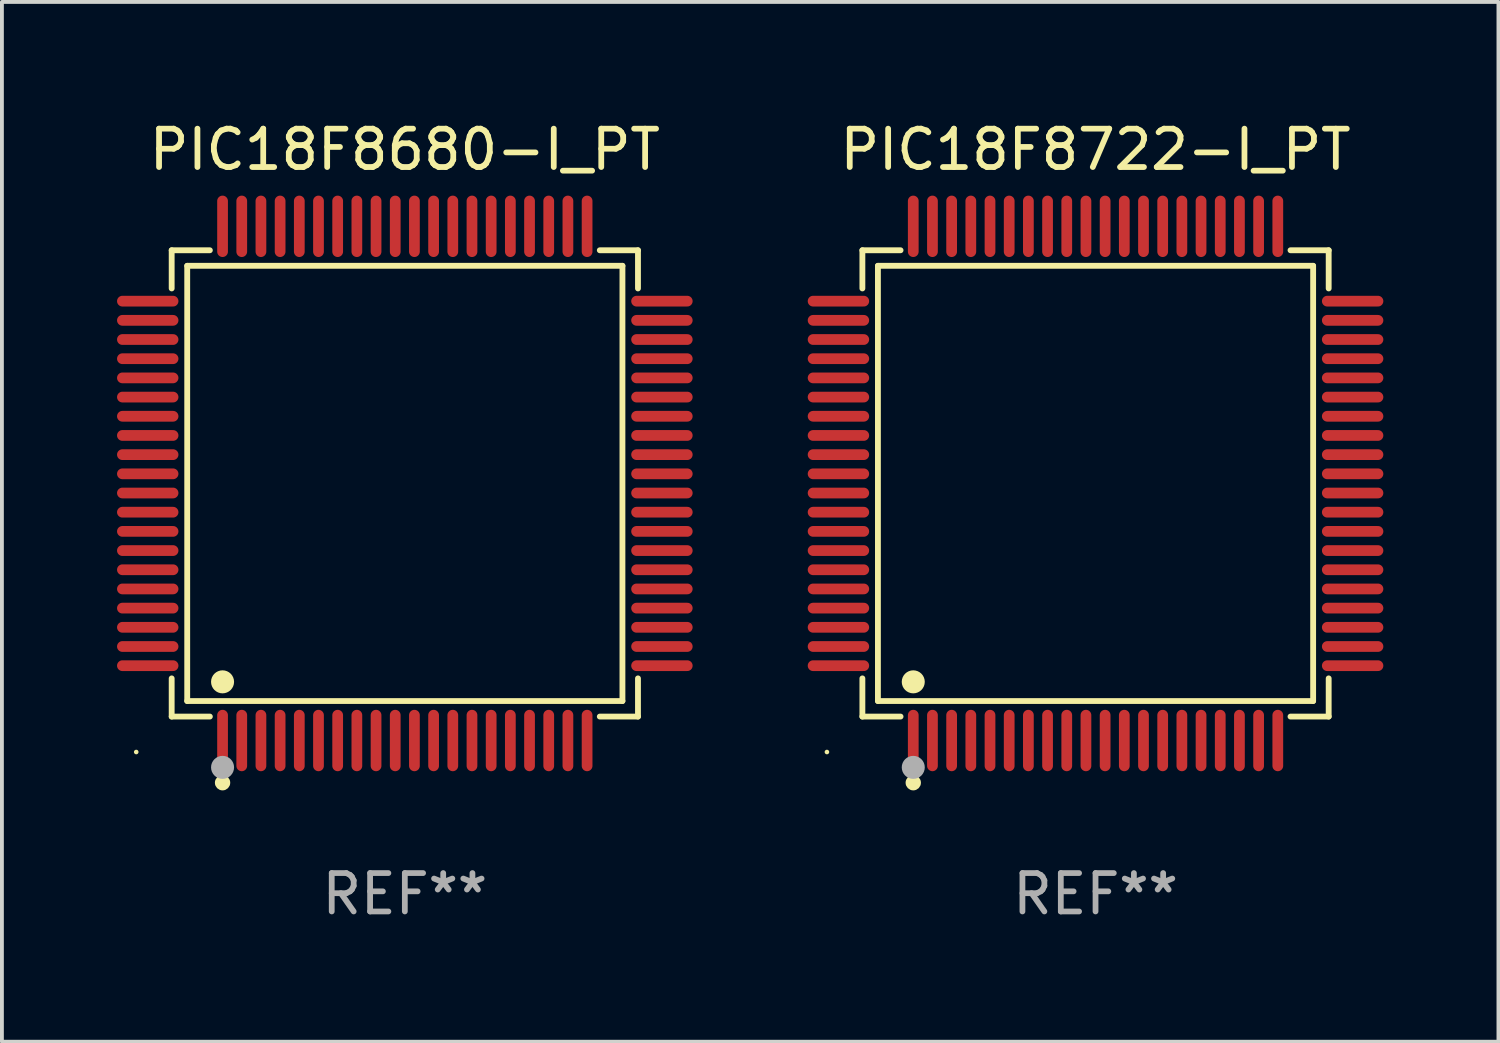
<source format=kicad_pcb>
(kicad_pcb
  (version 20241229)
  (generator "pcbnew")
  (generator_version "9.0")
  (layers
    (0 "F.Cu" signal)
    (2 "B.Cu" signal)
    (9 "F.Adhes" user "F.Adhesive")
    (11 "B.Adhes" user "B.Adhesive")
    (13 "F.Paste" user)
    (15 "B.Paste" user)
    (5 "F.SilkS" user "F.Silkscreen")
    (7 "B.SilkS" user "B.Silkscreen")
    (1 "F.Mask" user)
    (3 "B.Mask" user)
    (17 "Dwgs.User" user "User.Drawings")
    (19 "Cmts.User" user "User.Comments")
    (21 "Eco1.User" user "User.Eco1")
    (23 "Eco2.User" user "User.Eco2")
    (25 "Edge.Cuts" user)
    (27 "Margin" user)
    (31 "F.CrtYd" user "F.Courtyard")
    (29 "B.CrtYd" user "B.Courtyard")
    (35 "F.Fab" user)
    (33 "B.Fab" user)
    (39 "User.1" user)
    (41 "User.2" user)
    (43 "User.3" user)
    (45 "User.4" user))
  (footprint "PIC18F8680-I_PT"
    (layer "F.Cu")
    (at 7.5 9.548)
    (property "Reference" "PIC18F8680-I_PT" (at 0 -8.7 0) (layer "F.SilkS") (effects (font (size 1 1) (thickness 0.15))))
    (attr through_hole)
    (fp_line (start -6.076 -6.076) (end -5.081 -6.076) (stroke (width 0.152) (type solid)) (layer "F.SilkS"))
    (fp_line (start -6.076 -5.081) (end -6.076 -6.076) (stroke (width 0.152) (type solid)) (layer "F.SilkS"))
    (fp_line (start -6.076 5.081) (end -6.076 6.076) (stroke (width 0.152) (type solid)) (layer "F.SilkS"))
    (fp_line (start -6.076 6.076) (end -5.081 6.076) (stroke (width 0.152) (type solid)) (layer "F.SilkS"))
    (fp_line (start -5.671 -5.671) (end 5.671 -5.671) (stroke (width 0.152) (type solid)) (layer "F.SilkS"))
    (fp_line (start -5.671 5.671) (end -5.671 -5.671) (stroke (width 0.152) (type solid)) (layer "F.SilkS"))
    (fp_line (start 5.671 -5.671) (end 5.671 5.671) (stroke (width 0.152) (type solid)) (layer "F.SilkS"))
    (fp_line (start 5.671 5.671) (end -5.671 5.671) (stroke (width 0.152) (type solid)) (layer "F.SilkS"))
    (fp_line (start 6.076 -6.076) (end 5.081 -6.076) (stroke (width 0.152) (type solid)) (layer "F.SilkS"))
    (fp_line (start 6.076 -5.081) (end 6.076 -6.076) (stroke (width 0.152) (type solid)) (layer "F.SilkS"))
    (fp_line (start 6.076 5.081) (end 6.076 6.076) (stroke (width 0.152) (type solid)) (layer "F.SilkS"))
    (fp_line (start 6.076 6.076) (end 5.081 6.076) (stroke (width 0.152) (type solid)) (layer "F.SilkS"))
    (fp_circle (center -7 7) (end -6.97 7) (stroke (width 0.06) (type solid)) (fill no) (layer "F.SilkS"))
    (fp_circle (center -4.75 5.171) (end -4.6 5.171) (stroke (width 0.3) (type solid)) (fill no) (layer "F.SilkS"))
    (fp_circle (center -4.75 7.8) (end -4.65 7.8) (stroke (width 0.2) (type solid)) (fill no) (layer "F.SilkS"))
    (fp_circle (center -4.75 7.4) (end -4.6 7.4) (stroke (width 0.3) (type solid)) (fill no) (layer "F.Fab"))
    (fp_text user "REF**" (at 0 10.7 0) (layer "F.Fab") (effects (font (size 1 1) (thickness 0.15))))
    (pad "1" smd oval (at -4.75 6.7) (size 0.28 1.6) (layers "F.Cu" "F.Mask" "F.Paste"))
    (pad "2" smd oval (at -4.25 6.7) (size 0.28 1.6) (layers "F.Cu" "F.Mask" "F.Paste"))
    (pad "3" smd oval (at -3.75 6.7) (size 0.28 1.6) (layers "F.Cu" "F.Mask" "F.Paste"))
    (pad "4" smd oval (at -3.25 6.7) (size 0.28 1.6) (layers "F.Cu" "F.Mask" "F.Paste"))
    (pad "5" smd oval (at -2.75 6.7) (size 0.28 1.6) (layers "F.Cu" "F.Mask" "F.Paste"))
    (pad "6" smd oval (at -2.25 6.7) (size 0.28 1.6) (layers "F.Cu" "F.Mask" "F.Paste"))
    (pad "7" smd oval (at -1.75 6.7) (size 0.28 1.6) (layers "F.Cu" "F.Mask" "F.Paste"))
    (pad "8" smd oval (at -1.25 6.7) (size 0.28 1.6) (layers "F.Cu" "F.Mask" "F.Paste"))
    (pad "9" smd oval (at -0.75 6.7) (size 0.28 1.6) (layers "F.Cu" "F.Mask" "F.Paste"))
    (pad "10" smd oval (at -0.25 6.7) (size 0.28 1.6) (layers "F.Cu" "F.Mask" "F.Paste"))
    (pad "11" smd oval (at 0.25 6.7) (size 0.28 1.6) (layers "F.Cu" "F.Mask" "F.Paste"))
    (pad "12" smd oval (at 0.75 6.7) (size 0.28 1.6) (layers "F.Cu" "F.Mask" "F.Paste"))
    (pad "13" smd oval (at 1.25 6.7) (size 0.28 1.6) (layers "F.Cu" "F.Mask" "F.Paste"))
    (pad "14" smd oval (at 1.75 6.7) (size 0.28 1.6) (layers "F.Cu" "F.Mask" "F.Paste"))
    (pad "15" smd oval (at 2.25 6.7) (size 0.28 1.6) (layers "F.Cu" "F.Mask" "F.Paste"))
    (pad "16" smd oval (at 2.75 6.7) (size 0.28 1.6) (layers "F.Cu" "F.Mask" "F.Paste"))
    (pad "17" smd oval (at 3.25 6.7) (size 0.28 1.6) (layers "F.Cu" "F.Mask" "F.Paste"))
    (pad "18" smd oval (at 3.75 6.7) (size 0.28 1.6) (layers "F.Cu" "F.Mask" "F.Paste"))
    (pad "19" smd oval (at 4.25 6.7) (size 0.28 1.6) (layers "F.Cu" "F.Mask" "F.Paste"))
    (pad "20" smd oval (at 4.75 6.7) (size 0.28 1.6) (layers "F.Cu" "F.Mask" "F.Paste"))
    (pad "21" smd oval (at 6.7 4.75) (size 1.6 0.28) (layers "F.Cu" "F.Mask" "F.Paste"))
    (pad "22" smd oval (at 6.7 4.25) (size 1.6 0.28) (layers "F.Cu" "F.Mask" "F.Paste"))
    (pad "23" smd oval (at 6.7 3.75) (size 1.6 0.28) (layers "F.Cu" "F.Mask" "F.Paste"))
    (pad "24" smd oval (at 6.7 3.25) (size 1.6 0.28) (layers "F.Cu" "F.Mask" "F.Paste"))
    (pad "25" smd oval (at 6.7 2.75) (size 1.6 0.28) (layers "F.Cu" "F.Mask" "F.Paste"))
    (pad "26" smd oval (at 6.7 2.25) (size 1.6 0.28) (layers "F.Cu" "F.Mask" "F.Paste"))
    (pad "27" smd oval (at 6.7 1.75) (size 1.6 0.28) (layers "F.Cu" "F.Mask" "F.Paste"))
    (pad "28" smd oval (at 6.7 1.25) (size 1.6 0.28) (layers "F.Cu" "F.Mask" "F.Paste"))
    (pad "29" smd oval (at 6.7 0.75) (size 1.6 0.28) (layers "F.Cu" "F.Mask" "F.Paste"))
    (pad "30" smd oval (at 6.7 0.25) (size 1.6 0.28) (layers "F.Cu" "F.Mask" "F.Paste"))
    (pad "31" smd oval (at 6.7 -0.25) (size 1.6 0.28) (layers "F.Cu" "F.Mask" "F.Paste"))
    (pad "32" smd oval (at 6.7 -0.75) (size 1.6 0.28) (layers "F.Cu" "F.Mask" "F.Paste"))
    (pad "33" smd oval (at 6.7 -1.25) (size 1.6 0.28) (layers "F.Cu" "F.Mask" "F.Paste"))
    (pad "34" smd oval (at 6.7 -1.75) (size 1.6 0.28) (layers "F.Cu" "F.Mask" "F.Paste"))
    (pad "35" smd oval (at 6.7 -2.25) (size 1.6 0.28) (layers "F.Cu" "F.Mask" "F.Paste"))
    (pad "36" smd oval (at 6.7 -2.75) (size 1.6 0.28) (layers "F.Cu" "F.Mask" "F.Paste"))
    (pad "37" smd oval (at 6.7 -3.25) (size 1.6 0.28) (layers "F.Cu" "F.Mask" "F.Paste"))
    (pad "38" smd oval (at 6.7 -3.75) (size 1.6 0.28) (layers "F.Cu" "F.Mask" "F.Paste"))
    (pad "39" smd oval (at 6.7 -4.25) (size 1.6 0.28) (layers "F.Cu" "F.Mask" "F.Paste"))
    (pad "40" smd oval (at 6.7 -4.75) (size 1.6 0.28) (layers "F.Cu" "F.Mask" "F.Paste"))
    (pad "41" smd oval (at 4.75 -6.7) (size 0.28 1.6) (layers "F.Cu" "F.Mask" "F.Paste"))
    (pad "42" smd oval (at 4.25 -6.7) (size 0.28 1.6) (layers "F.Cu" "F.Mask" "F.Paste"))
    (pad "43" smd oval (at 3.75 -6.7) (size 0.28 1.6) (layers "F.Cu" "F.Mask" "F.Paste"))
    (pad "44" smd oval (at 3.25 -6.7) (size 0.28 1.6) (layers "F.Cu" "F.Mask" "F.Paste"))
    (pad "45" smd oval (at 2.75 -6.7) (size 0.28 1.6) (layers "F.Cu" "F.Mask" "F.Paste"))
    (pad "46" smd oval (at 2.25 -6.7) (size 0.28 1.6) (layers "F.Cu" "F.Mask" "F.Paste"))
    (pad "47" smd oval (at 1.75 -6.7) (size 0.28 1.6) (layers "F.Cu" "F.Mask" "F.Paste"))
    (pad "48" smd oval (at 1.25 -6.7) (size 0.28 1.6) (layers "F.Cu" "F.Mask" "F.Paste"))
    (pad "49" smd oval (at 0.75 -6.7) (size 0.28 1.6) (layers "F.Cu" "F.Mask" "F.Paste"))
    (pad "50" smd oval (at 0.25 -6.7) (size 0.28 1.6) (layers "F.Cu" "F.Mask" "F.Paste"))
    (pad "51" smd oval (at -0.25 -6.7) (size 0.28 1.6) (layers "F.Cu" "F.Mask" "F.Paste"))
    (pad "52" smd oval (at -0.75 -6.7) (size 0.28 1.6) (layers "F.Cu" "F.Mask" "F.Paste"))
    (pad "53" smd oval (at -1.25 -6.7) (size 0.28 1.6) (layers "F.Cu" "F.Mask" "F.Paste"))
    (pad "54" smd oval (at -1.75 -6.7) (size 0.28 1.6) (layers "F.Cu" "F.Mask" "F.Paste"))
    (pad "55" smd oval (at -2.25 -6.7) (size 0.28 1.6) (layers "F.Cu" "F.Mask" "F.Paste"))
    (pad "56" smd oval (at -2.75 -6.7) (size 0.28 1.6) (layers "F.Cu" "F.Mask" "F.Paste"))
    (pad "57" smd oval (at -3.25 -6.7) (size 0.28 1.6) (layers "F.Cu" "F.Mask" "F.Paste"))
    (pad "58" smd oval (at -3.75 -6.7) (size 0.28 1.6) (layers "F.Cu" "F.Mask" "F.Paste"))
    (pad "59" smd oval (at -4.25 -6.7) (size 0.28 1.6) (layers "F.Cu" "F.Mask" "F.Paste"))
    (pad "60" smd oval (at -4.75 -6.7) (size 0.28 1.6) (layers "F.Cu" "F.Mask" "F.Paste"))
    (pad "61" smd oval (at -6.7 -4.75) (size 1.6 0.28) (layers "F.Cu" "F.Mask" "F.Paste"))
    (pad "62" smd oval (at -6.7 -4.25) (size 1.6 0.28) (layers "F.Cu" "F.Mask" "F.Paste"))
    (pad "63" smd oval (at -6.7 -3.75) (size 1.6 0.28) (layers "F.Cu" "F.Mask" "F.Paste"))
    (pad "64" smd oval (at -6.7 -3.25) (size 1.6 0.28) (layers "F.Cu" "F.Mask" "F.Paste"))
    (pad "65" smd oval (at -6.7 -2.75) (size 1.6 0.28) (layers "F.Cu" "F.Mask" "F.Paste"))
    (pad "66" smd oval (at -6.7 -2.25) (size 1.6 0.28) (layers "F.Cu" "F.Mask" "F.Paste"))
    (pad "67" smd oval (at -6.7 -1.75) (size 1.6 0.28) (layers "F.Cu" "F.Mask" "F.Paste"))
    (pad "68" smd oval (at -6.7 -1.25) (size 1.6 0.28) (layers "F.Cu" "F.Mask" "F.Paste"))
    (pad "69" smd oval (at -6.7 -0.75) (size 1.6 0.28) (layers "F.Cu" "F.Mask" "F.Paste"))
    (pad "70" smd oval (at -6.7 -0.25) (size 1.6 0.28) (layers "F.Cu" "F.Mask" "F.Paste"))
    (pad "71" smd oval (at -6.7 0.25) (size 1.6 0.28) (layers "F.Cu" "F.Mask" "F.Paste"))
    (pad "72" smd oval (at -6.7 0.75) (size 1.6 0.28) (layers "F.Cu" "F.Mask" "F.Paste"))
    (pad "73" smd oval (at -6.7 1.25) (size 1.6 0.28) (layers "F.Cu" "F.Mask" "F.Paste"))
    (pad "74" smd oval (at -6.7 1.75) (size 1.6 0.28) (layers "F.Cu" "F.Mask" "F.Paste"))
    (pad "75" smd oval (at -6.7 2.25) (size 1.6 0.28) (layers "F.Cu" "F.Mask" "F.Paste"))
    (pad "76" smd oval (at -6.7 2.75) (size 1.6 0.28) (layers "F.Cu" "F.Mask" "F.Paste"))
    (pad "77" smd oval (at -6.7 3.25) (size 1.6 0.28) (layers "F.Cu" "F.Mask" "F.Paste"))
    (pad "78" smd oval (at -6.7 3.75) (size 1.6 0.28) (layers "F.Cu" "F.Mask" "F.Paste"))
    (pad "79" smd oval (at -6.7 4.25) (size 1.6 0.28) (layers "F.Cu" "F.Mask" "F.Paste"))
    (pad "80" smd oval (at -6.7 4.75) (size 1.6 0.28) (layers "F.Cu" "F.Mask" "F.Paste")))
  (footprint "PIC18F8722-I_PT"
    (layer "F.Cu")
    (at 25.5 9.548)
    (property "Reference" "PIC18F8722-I_PT" (at 0 -8.7 0) (layer "F.SilkS") (effects (font (size 1 1) (thickness 0.15))))
    (attr through_hole)
    (fp_line (start -6.076 -6.076) (end -5.081 -6.076) (stroke (width 0.152) (type solid)) (layer "F.SilkS"))
    (fp_line (start -6.076 -5.081) (end -6.076 -6.076) (stroke (width 0.152) (type solid)) (layer "F.SilkS"))
    (fp_line (start -6.076 5.081) (end -6.076 6.076) (stroke (width 0.152) (type solid)) (layer "F.SilkS"))
    (fp_line (start -6.076 6.076) (end -5.081 6.076) (stroke (width 0.152) (type solid)) (layer "F.SilkS"))
    (fp_line (start -5.671 -5.671) (end 5.671 -5.671) (stroke (width 0.152) (type solid)) (layer "F.SilkS"))
    (fp_line (start -5.671 5.671) (end -5.671 -5.671) (stroke (width 0.152) (type solid)) (layer "F.SilkS"))
    (fp_line (start 5.671 -5.671) (end 5.671 5.671) (stroke (width 0.152) (type solid)) (layer "F.SilkS"))
    (fp_line (start 5.671 5.671) (end -5.671 5.671) (stroke (width 0.152) (type solid)) (layer "F.SilkS"))
    (fp_line (start 6.076 -6.076) (end 5.081 -6.076) (stroke (width 0.152) (type solid)) (layer "F.SilkS"))
    (fp_line (start 6.076 -5.081) (end 6.076 -6.076) (stroke (width 0.152) (type solid)) (layer "F.SilkS"))
    (fp_line (start 6.076 5.081) (end 6.076 6.076) (stroke (width 0.152) (type solid)) (layer "F.SilkS"))
    (fp_line (start 6.076 6.076) (end 5.081 6.076) (stroke (width 0.152) (type solid)) (layer "F.SilkS"))
    (fp_circle (center -7 7) (end -6.97 7) (stroke (width 0.06) (type solid)) (fill no) (layer "F.SilkS"))
    (fp_circle (center -4.75 5.171) (end -4.6 5.171) (stroke (width 0.3) (type solid)) (fill no) (layer "F.SilkS"))
    (fp_circle (center -4.75 7.8) (end -4.65 7.8) (stroke (width 0.2) (type solid)) (fill no) (layer "F.SilkS"))
    (fp_circle (center -4.75 7.4) (end -4.6 7.4) (stroke (width 0.3) (type solid)) (fill no) (layer "F.Fab"))
    (fp_text user "REF**" (at 0 10.7 0) (layer "F.Fab") (effects (font (size 1 1) (thickness 0.15))))
    (pad "1" smd oval (at -4.75 6.7) (size 0.28 1.6) (layers "F.Cu" "F.Mask" "F.Paste"))
    (pad "2" smd oval (at -4.25 6.7) (size 0.28 1.6) (layers "F.Cu" "F.Mask" "F.Paste"))
    (pad "3" smd oval (at -3.75 6.7) (size 0.28 1.6) (layers "F.Cu" "F.Mask" "F.Paste"))
    (pad "4" smd oval (at -3.25 6.7) (size 0.28 1.6) (layers "F.Cu" "F.Mask" "F.Paste"))
    (pad "5" smd oval (at -2.75 6.7) (size 0.28 1.6) (layers "F.Cu" "F.Mask" "F.Paste"))
    (pad "6" smd oval (at -2.25 6.7) (size 0.28 1.6) (layers "F.Cu" "F.Mask" "F.Paste"))
    (pad "7" smd oval (at -1.75 6.7) (size 0.28 1.6) (layers "F.Cu" "F.Mask" "F.Paste"))
    (pad "8" smd oval (at -1.25 6.7) (size 0.28 1.6) (layers "F.Cu" "F.Mask" "F.Paste"))
    (pad "9" smd oval (at -0.75 6.7) (size 0.28 1.6) (layers "F.Cu" "F.Mask" "F.Paste"))
    (pad "10" smd oval (at -0.25 6.7) (size 0.28 1.6) (layers "F.Cu" "F.Mask" "F.Paste"))
    (pad "11" smd oval (at 0.25 6.7) (size 0.28 1.6) (layers "F.Cu" "F.Mask" "F.Paste"))
    (pad "12" smd oval (at 0.75 6.7) (size 0.28 1.6) (layers "F.Cu" "F.Mask" "F.Paste"))
    (pad "13" smd oval (at 1.25 6.7) (size 0.28 1.6) (layers "F.Cu" "F.Mask" "F.Paste"))
    (pad "14" smd oval (at 1.75 6.7) (size 0.28 1.6) (layers "F.Cu" "F.Mask" "F.Paste"))
    (pad "15" smd oval (at 2.25 6.7) (size 0.28 1.6) (layers "F.Cu" "F.Mask" "F.Paste"))
    (pad "16" smd oval (at 2.75 6.7) (size 0.28 1.6) (layers "F.Cu" "F.Mask" "F.Paste"))
    (pad "17" smd oval (at 3.25 6.7) (size 0.28 1.6) (layers "F.Cu" "F.Mask" "F.Paste"))
    (pad "18" smd oval (at 3.75 6.7) (size 0.28 1.6) (layers "F.Cu" "F.Mask" "F.Paste"))
    (pad "19" smd oval (at 4.25 6.7) (size 0.28 1.6) (layers "F.Cu" "F.Mask" "F.Paste"))
    (pad "20" smd oval (at 4.75 6.7) (size 0.28 1.6) (layers "F.Cu" "F.Mask" "F.Paste"))
    (pad "21" smd oval (at 6.7 4.75) (size 1.6 0.28) (layers "F.Cu" "F.Mask" "F.Paste"))
    (pad "22" smd oval (at 6.7 4.25) (size 1.6 0.28) (layers "F.Cu" "F.Mask" "F.Paste"))
    (pad "23" smd oval (at 6.7 3.75) (size 1.6 0.28) (layers "F.Cu" "F.Mask" "F.Paste"))
    (pad "24" smd oval (at 6.7 3.25) (size 1.6 0.28) (layers "F.Cu" "F.Mask" "F.Paste"))
    (pad "25" smd oval (at 6.7 2.75) (size 1.6 0.28) (layers "F.Cu" "F.Mask" "F.Paste"))
    (pad "26" smd oval (at 6.7 2.25) (size 1.6 0.28) (layers "F.Cu" "F.Mask" "F.Paste"))
    (pad "27" smd oval (at 6.7 1.75) (size 1.6 0.28) (layers "F.Cu" "F.Mask" "F.Paste"))
    (pad "28" smd oval (at 6.7 1.25) (size 1.6 0.28) (layers "F.Cu" "F.Mask" "F.Paste"))
    (pad "29" smd oval (at 6.7 0.75) (size 1.6 0.28) (layers "F.Cu" "F.Mask" "F.Paste"))
    (pad "30" smd oval (at 6.7 0.25) (size 1.6 0.28) (layers "F.Cu" "F.Mask" "F.Paste"))
    (pad "31" smd oval (at 6.7 -0.25) (size 1.6 0.28) (layers "F.Cu" "F.Mask" "F.Paste"))
    (pad "32" smd oval (at 6.7 -0.75) (size 1.6 0.28) (layers "F.Cu" "F.Mask" "F.Paste"))
    (pad "33" smd oval (at 6.7 -1.25) (size 1.6 0.28) (layers "F.Cu" "F.Mask" "F.Paste"))
    (pad "34" smd oval (at 6.7 -1.75) (size 1.6 0.28) (layers "F.Cu" "F.Mask" "F.Paste"))
    (pad "35" smd oval (at 6.7 -2.25) (size 1.6 0.28) (layers "F.Cu" "F.Mask" "F.Paste"))
    (pad "36" smd oval (at 6.7 -2.75) (size 1.6 0.28) (layers "F.Cu" "F.Mask" "F.Paste"))
    (pad "37" smd oval (at 6.7 -3.25) (size 1.6 0.28) (layers "F.Cu" "F.Mask" "F.Paste"))
    (pad "38" smd oval (at 6.7 -3.75) (size 1.6 0.28) (layers "F.Cu" "F.Mask" "F.Paste"))
    (pad "39" smd oval (at 6.7 -4.25) (size 1.6 0.28) (layers "F.Cu" "F.Mask" "F.Paste"))
    (pad "40" smd oval (at 6.7 -4.75) (size 1.6 0.28) (layers "F.Cu" "F.Mask" "F.Paste"))
    (pad "41" smd oval (at 4.75 -6.7) (size 0.28 1.6) (layers "F.Cu" "F.Mask" "F.Paste"))
    (pad "42" smd oval (at 4.25 -6.7) (size 0.28 1.6) (layers "F.Cu" "F.Mask" "F.Paste"))
    (pad "43" smd oval (at 3.75 -6.7) (size 0.28 1.6) (layers "F.Cu" "F.Mask" "F.Paste"))
    (pad "44" smd oval (at 3.25 -6.7) (size 0.28 1.6) (layers "F.Cu" "F.Mask" "F.Paste"))
    (pad "45" smd oval (at 2.75 -6.7) (size 0.28 1.6) (layers "F.Cu" "F.Mask" "F.Paste"))
    (pad "46" smd oval (at 2.25 -6.7) (size 0.28 1.6) (layers "F.Cu" "F.Mask" "F.Paste"))
    (pad "47" smd oval (at 1.75 -6.7) (size 0.28 1.6) (layers "F.Cu" "F.Mask" "F.Paste"))
    (pad "48" smd oval (at 1.25 -6.7) (size 0.28 1.6) (layers "F.Cu" "F.Mask" "F.Paste"))
    (pad "49" smd oval (at 0.75 -6.7) (size 0.28 1.6) (layers "F.Cu" "F.Mask" "F.Paste"))
    (pad "50" smd oval (at 0.25 -6.7) (size 0.28 1.6) (layers "F.Cu" "F.Mask" "F.Paste"))
    (pad "51" smd oval (at -0.25 -6.7) (size 0.28 1.6) (layers "F.Cu" "F.Mask" "F.Paste"))
    (pad "52" smd oval (at -0.75 -6.7) (size 0.28 1.6) (layers "F.Cu" "F.Mask" "F.Paste"))
    (pad "53" smd oval (at -1.25 -6.7) (size 0.28 1.6) (layers "F.Cu" "F.Mask" "F.Paste"))
    (pad "54" smd oval (at -1.75 -6.7) (size 0.28 1.6) (layers "F.Cu" "F.Mask" "F.Paste"))
    (pad "55" smd oval (at -2.25 -6.7) (size 0.28 1.6) (layers "F.Cu" "F.Mask" "F.Paste"))
    (pad "56" smd oval (at -2.75 -6.7) (size 0.28 1.6) (layers "F.Cu" "F.Mask" "F.Paste"))
    (pad "57" smd oval (at -3.25 -6.7) (size 0.28 1.6) (layers "F.Cu" "F.Mask" "F.Paste"))
    (pad "58" smd oval (at -3.75 -6.7) (size 0.28 1.6) (layers "F.Cu" "F.Mask" "F.Paste"))
    (pad "59" smd oval (at -4.25 -6.7) (size 0.28 1.6) (layers "F.Cu" "F.Mask" "F.Paste"))
    (pad "60" smd oval (at -4.75 -6.7) (size 0.28 1.6) (layers "F.Cu" "F.Mask" "F.Paste"))
    (pad "61" smd oval (at -6.7 -4.75) (size 1.6 0.28) (layers "F.Cu" "F.Mask" "F.Paste"))
    (pad "62" smd oval (at -6.7 -4.25) (size 1.6 0.28) (layers "F.Cu" "F.Mask" "F.Paste"))
    (pad "63" smd oval (at -6.7 -3.75) (size 1.6 0.28) (layers "F.Cu" "F.Mask" "F.Paste"))
    (pad "64" smd oval (at -6.7 -3.25) (size 1.6 0.28) (layers "F.Cu" "F.Mask" "F.Paste"))
    (pad "65" smd oval (at -6.7 -2.75) (size 1.6 0.28) (layers "F.Cu" "F.Mask" "F.Paste"))
    (pad "66" smd oval (at -6.7 -2.25) (size 1.6 0.28) (layers "F.Cu" "F.Mask" "F.Paste"))
    (pad "67" smd oval (at -6.7 -1.75) (size 1.6 0.28) (layers "F.Cu" "F.Mask" "F.Paste"))
    (pad "68" smd oval (at -6.7 -1.25) (size 1.6 0.28) (layers "F.Cu" "F.Mask" "F.Paste"))
    (pad "69" smd oval (at -6.7 -0.75) (size 1.6 0.28) (layers "F.Cu" "F.Mask" "F.Paste"))
    (pad "70" smd oval (at -6.7 -0.25) (size 1.6 0.28) (layers "F.Cu" "F.Mask" "F.Paste"))
    (pad "71" smd oval (at -6.7 0.25) (size 1.6 0.28) (layers "F.Cu" "F.Mask" "F.Paste"))
    (pad "72" smd oval (at -6.7 0.75) (size 1.6 0.28) (layers "F.Cu" "F.Mask" "F.Paste"))
    (pad "73" smd oval (at -6.7 1.25) (size 1.6 0.28) (layers "F.Cu" "F.Mask" "F.Paste"))
    (pad "74" smd oval (at -6.7 1.75) (size 1.6 0.28) (layers "F.Cu" "F.Mask" "F.Paste"))
    (pad "75" smd oval (at -6.7 2.25) (size 1.6 0.28) (layers "F.Cu" "F.Mask" "F.Paste"))
    (pad "76" smd oval (at -6.7 2.75) (size 1.6 0.28) (layers "F.Cu" "F.Mask" "F.Paste"))
    (pad "77" smd oval (at -6.7 3.25) (size 1.6 0.28) (layers "F.Cu" "F.Mask" "F.Paste"))
    (pad "78" smd oval (at -6.7 3.75) (size 1.6 0.28) (layers "F.Cu" "F.Mask" "F.Paste"))
    (pad "79" smd oval (at -6.7 4.25) (size 1.6 0.28) (layers "F.Cu" "F.Mask" "F.Paste"))
    (pad "80" smd oval (at -6.7 4.75) (size 1.6 0.28) (layers "F.Cu" "F.Mask" "F.Paste")))
  (gr_rect
    (start -3 -3)
    (end 36 24.097)
    (stroke (width 0.1) (type default))
    (fill no)
    (layer "Edge.Cuts")))
</source>
